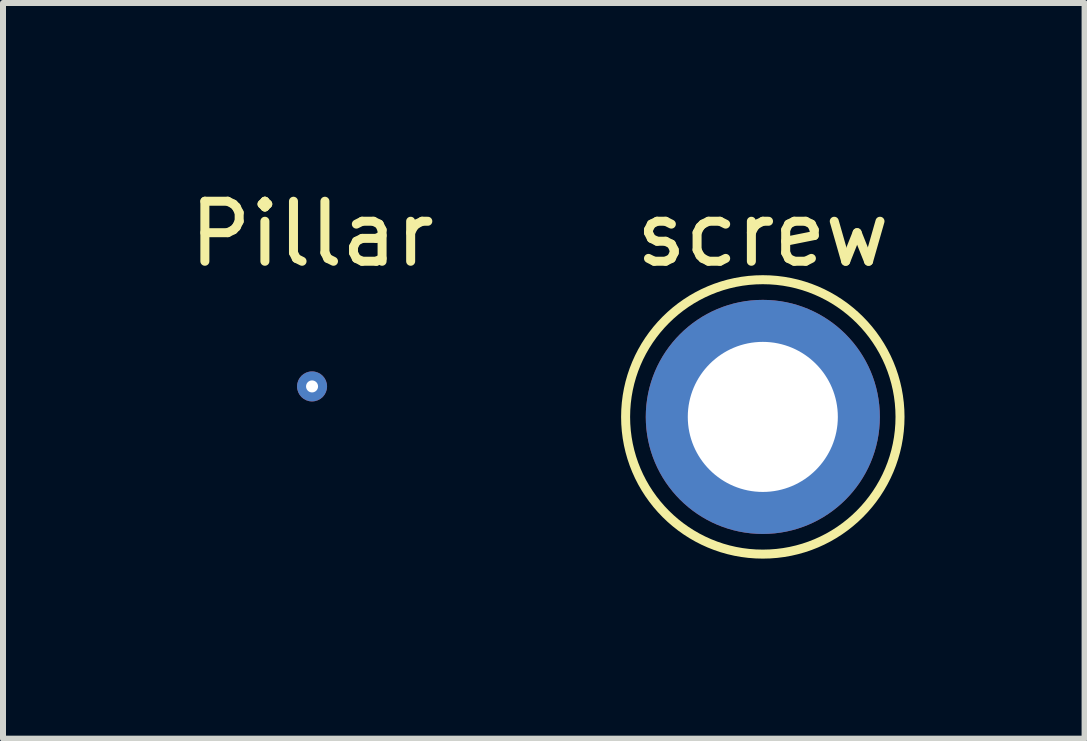
<source format=kicad_pcb>
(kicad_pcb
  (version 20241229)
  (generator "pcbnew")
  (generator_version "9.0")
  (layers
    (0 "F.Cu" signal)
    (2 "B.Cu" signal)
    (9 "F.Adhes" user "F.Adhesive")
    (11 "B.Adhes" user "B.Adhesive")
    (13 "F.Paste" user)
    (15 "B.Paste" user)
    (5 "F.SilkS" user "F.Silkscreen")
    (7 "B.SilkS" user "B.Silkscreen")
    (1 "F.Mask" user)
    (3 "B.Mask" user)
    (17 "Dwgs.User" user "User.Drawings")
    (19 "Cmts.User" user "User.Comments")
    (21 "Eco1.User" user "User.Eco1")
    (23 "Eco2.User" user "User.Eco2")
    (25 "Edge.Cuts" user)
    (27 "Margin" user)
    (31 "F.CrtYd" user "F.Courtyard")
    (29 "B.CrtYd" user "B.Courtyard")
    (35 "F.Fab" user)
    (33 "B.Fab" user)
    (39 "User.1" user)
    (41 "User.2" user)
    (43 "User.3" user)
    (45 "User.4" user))
  (footprint "Pillar"
    (layer "F.Cu")
    (at 2.149 3.388)
    (property "Reference" "Pillar" (at 0 -2.54 0) (layer "F.SilkS") (effects (font (size 1 1) (thickness 0.15))))
    (attr through_hole)
    (pad "1" thru_hole circle (at 0 0) (size 0.5 0.5) (drill 0.2) (layers "*.Cu")))
  (footprint "screw"
    (layer "F.Cu")
    (at 9.659 3.896)
    (property "Reference" "screw" (at 0 -3.048 0) (layer "F.SilkS") (effects (font (size 1 1) (thickness 0.15))))
    (attr through_hole)
    (fp_circle (center 0 0) (end 0 -2.286) (stroke (width 0.15) (type solid)) (fill no) (layer "F.SilkS"))
    (pad "1" thru_hole circle (at 0 0) (size 3.9 3.9) (drill 2.5) (layers "*.Cu" "*.Mask")))
  (gr_rect
    (start -3 -3)
    (end 15.02 9.257)
    (stroke (width 0.1) (type default))
    (fill no)
    (layer "Edge.Cuts")))
</source>
